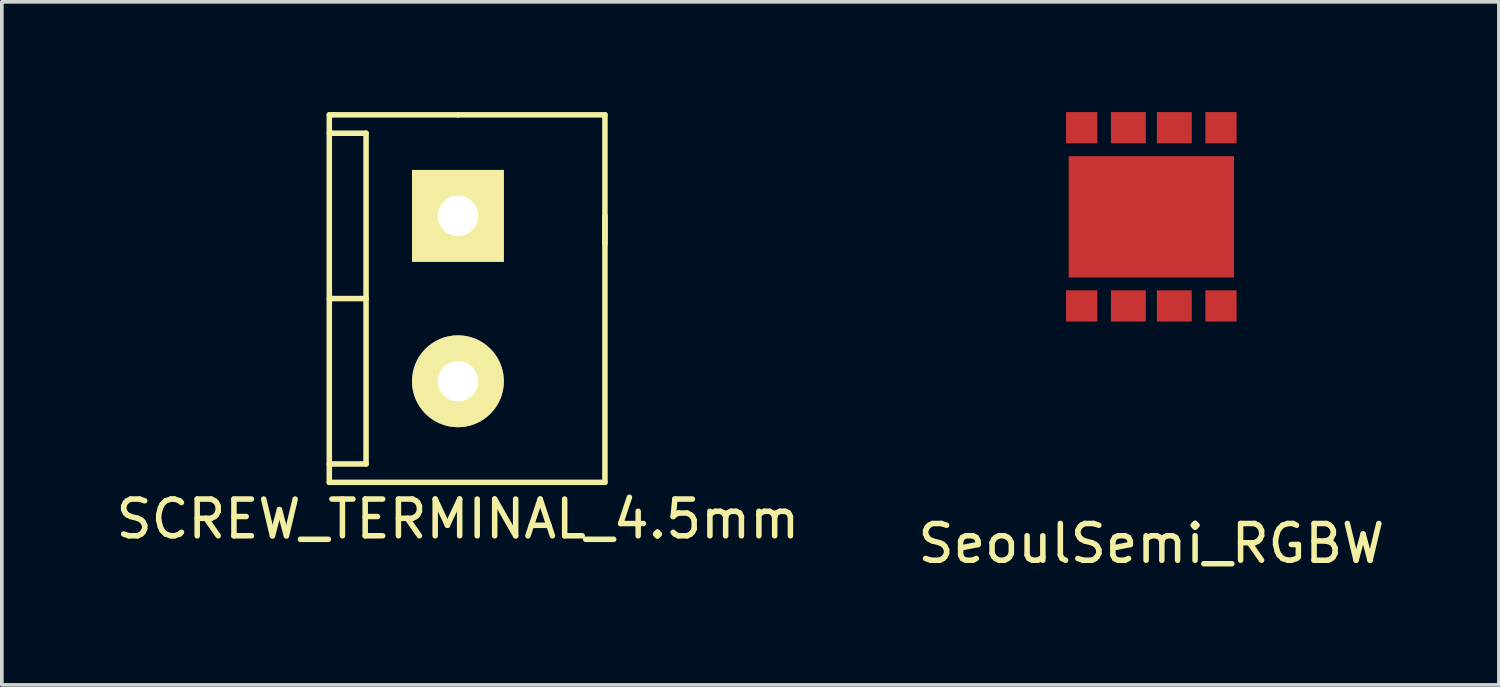
<source format=kicad_pcb>
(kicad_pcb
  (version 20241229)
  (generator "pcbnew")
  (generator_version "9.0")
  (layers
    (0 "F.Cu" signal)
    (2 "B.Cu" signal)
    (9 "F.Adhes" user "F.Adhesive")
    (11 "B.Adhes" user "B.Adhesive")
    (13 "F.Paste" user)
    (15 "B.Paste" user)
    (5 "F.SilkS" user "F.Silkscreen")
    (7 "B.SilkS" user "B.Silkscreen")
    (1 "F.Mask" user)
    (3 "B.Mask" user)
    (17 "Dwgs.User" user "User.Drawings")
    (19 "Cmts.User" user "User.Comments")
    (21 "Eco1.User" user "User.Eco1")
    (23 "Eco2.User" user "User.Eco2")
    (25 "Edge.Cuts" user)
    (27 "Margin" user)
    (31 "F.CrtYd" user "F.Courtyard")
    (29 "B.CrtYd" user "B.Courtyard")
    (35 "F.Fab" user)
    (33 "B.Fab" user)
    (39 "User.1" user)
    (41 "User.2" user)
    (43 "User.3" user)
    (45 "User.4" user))
  (footprint "SeoulSemi_RGBW"
    (layer "F.Cu")
    (at 28.28 2.85)
    (property "Reference" "SeoulSemi_RGBW" (at 0 8.89 0) (layer "F.SilkS") (effects (font (size 1 1) (thickness 0.15))))
    (attr through_hole)
    (pad "1" smd rect (at -1.895 2.425) (size 0.85 0.85) (layers "F.Cu" "F.Mask" "F.Paste"))
    (pad "2" smd rect (at -0.625 2.425) (size 0.95 0.85) (layers "F.Cu" "F.Mask" "F.Paste"))
    (pad "3" smd rect (at 0.625 2.425) (size 0.95 0.85) (layers "F.Cu" "F.Mask" "F.Paste"))
    (pad "4" smd rect (at 1.895 2.425) (size 0.85 0.85) (layers "F.Cu" "F.Mask" "F.Paste"))
    (pad "5" smd rect (at 1.895 -2.425 180) (size 0.85 0.85) (layers "F.Cu" "F.Mask" "F.Paste"))
    (pad "6" smd rect (at 0.625 -2.425 180) (size 0.95 0.85) (layers "F.Cu" "F.Mask" "F.Paste"))
    (pad "7" smd rect (at -0.625 -2.425 180) (size 0.95 0.85) (layers "F.Cu" "F.Mask" "F.Paste"))
    (pad "8" smd rect (at -1.895 -2.425 180) (size 0.85 0.85) (layers "F.Cu" "F.Mask" "F.Paste"))
    (pad "9" smd rect (at 0 0) (size 4.5 3.3) (layers "F.Cu" "F.Mask" "F.Paste")))
  (footprint "SCREW_TERMINAL_4.5mm"
    (layer "F.Cu")
    (at 9.411 5.075)
    (property "Reference" "SCREW_TERMINAL_4.5mm" (at 0 6 0) (layer "F.SilkS") (effects (font (size 1 1) (thickness 0.15))))
    (attr through_hole)
    (fp_line (start -3.5 -5) (end 0 -5) (stroke (width 0.15) (type solid)) (layer "F.SilkS"))
    (fp_line (start -3.5 -4.5) (end -2.5 -4.5) (stroke (width 0.15) (type solid)) (layer "F.SilkS"))
    (fp_line (start -3.5 5) (end -3.5 -5) (stroke (width 0.15) (type solid)) (layer "F.SilkS"))
    (fp_line (start -2.5 -4.5) (end -2.5 0) (stroke (width 0.15) (type solid)) (layer "F.SilkS"))
    (fp_line (start -2.5 0) (end -3.5 0) (stroke (width 0.15) (type solid)) (layer "F.SilkS"))
    (fp_line (start -2.5 0) (end -2.5 4.5) (stroke (width 0.15) (type solid)) (layer "F.SilkS"))
    (fp_line (start -2.5 4.5) (end -3.5 4.5) (stroke (width 0.15) (type solid)) (layer "F.SilkS"))
    (fp_line (start 0 -5) (end 4 -5) (stroke (width 0.15) (type solid)) (layer "F.SilkS"))
    (fp_line (start 4 -5) (end 4 5) (stroke (width 0.15) (type solid)) (layer "F.SilkS"))
    (fp_line (start 4 -2.25) (end 4 -1.5) (stroke (width 0.15) (type solid)) (layer "F.SilkS"))
    (fp_line (start 4 5) (end -3.5 5) (stroke (width 0.15) (type solid)) (layer "F.SilkS"))
    (pad "1" thru_hole rect (at 0 -2.25) (size 2.5 2.5) (drill 1.1) (layers "*.Cu" "*.Mask" "F.SilkS"))
    (pad "2" thru_hole circle (at 0 2.25) (size 2.5 2.5) (drill 1.1) (layers "*.Cu" "*.Mask" "F.SilkS")))
  (gr_rect
    (start -3 -3)
    (end 37.738 15.588)
    (stroke (width 0.1) (type default))
    (fill no)
    (layer "Edge.Cuts")))
</source>
